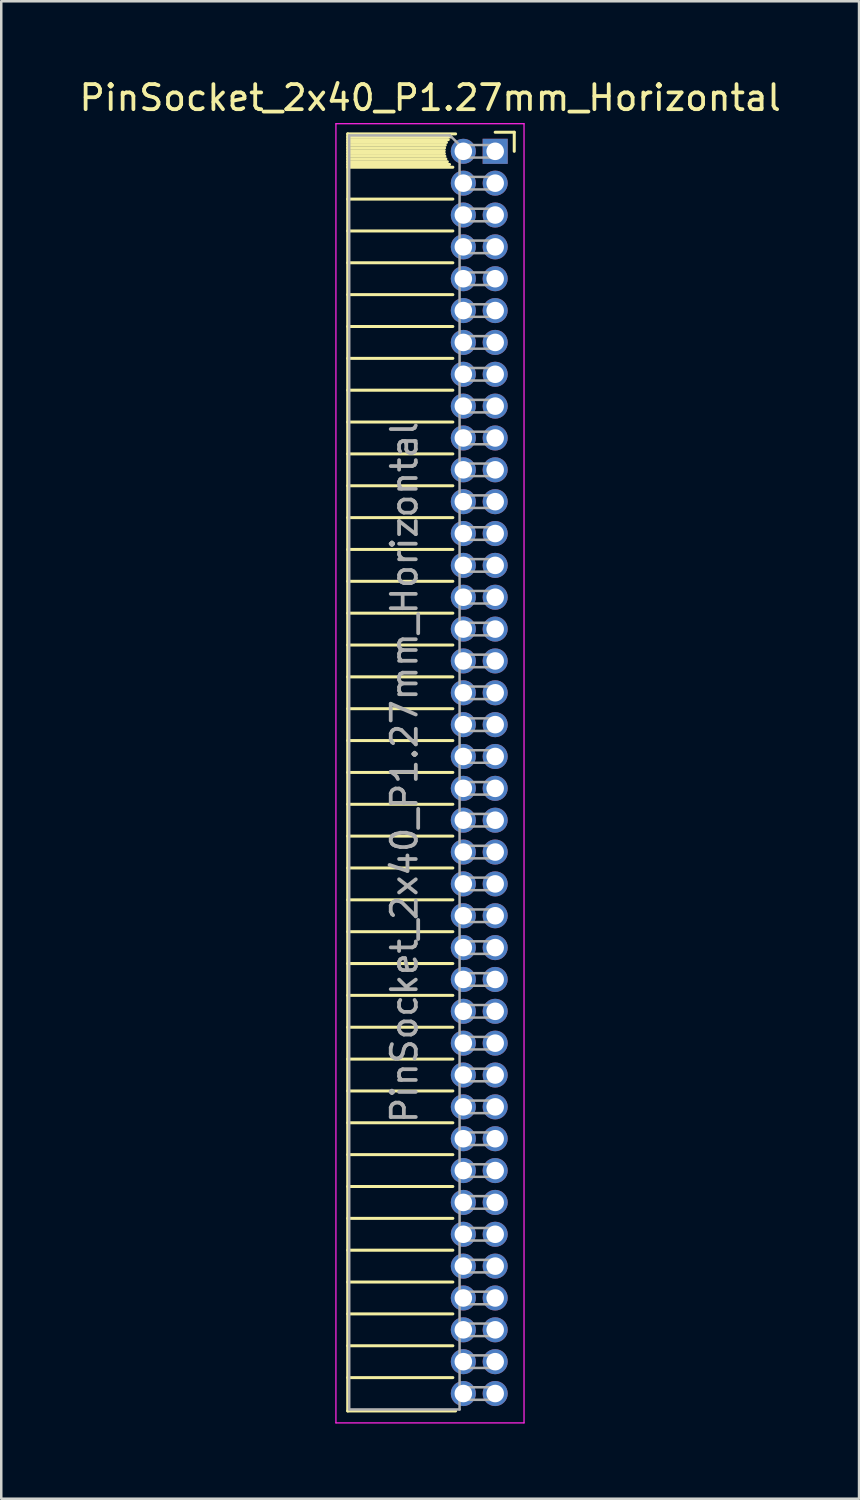
<source format=kicad_pcb>
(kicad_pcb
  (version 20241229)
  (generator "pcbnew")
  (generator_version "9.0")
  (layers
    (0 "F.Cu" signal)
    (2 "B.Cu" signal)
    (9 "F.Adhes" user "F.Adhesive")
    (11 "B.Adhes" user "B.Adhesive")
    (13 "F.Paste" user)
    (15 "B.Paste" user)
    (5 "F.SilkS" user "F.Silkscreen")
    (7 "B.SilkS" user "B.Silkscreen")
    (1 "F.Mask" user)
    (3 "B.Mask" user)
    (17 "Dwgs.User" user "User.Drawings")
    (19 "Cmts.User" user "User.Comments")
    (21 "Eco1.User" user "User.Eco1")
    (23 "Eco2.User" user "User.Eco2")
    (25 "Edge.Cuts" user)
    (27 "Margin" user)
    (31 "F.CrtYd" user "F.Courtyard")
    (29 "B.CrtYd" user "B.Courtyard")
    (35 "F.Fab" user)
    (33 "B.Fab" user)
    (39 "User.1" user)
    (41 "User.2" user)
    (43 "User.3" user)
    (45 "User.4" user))
  (footprint "PinSocket_2x40_P1.27mm_Horizontal"
    (layer "F.Cu")
    (at 16.694 2.983)
    (property "Reference" "PinSocket_2x40_P1.27mm_Horizontal" (at -2.592 -2.135 0) (layer "F.SilkS") (effects (font (size 1 1) (thickness 0.15))))
    (attr through_hole)
    (fp_line (start -5.88 -0.695) (end -5.88 50.225) (stroke (width 0.12) (type solid)) (layer "F.SilkS"))
    (fp_line (start -5.88 -0.695) (end -1.578 -0.695) (stroke (width 0.12) (type solid)) (layer "F.SilkS"))
    (fp_line (start -5.88 -0.575) (end -1.767 -0.575) (stroke (width 0.12) (type solid)) (layer "F.SilkS"))
    (fp_line (start -5.88 -0.465) (end -1.871 -0.465) (stroke (width 0.12) (type solid)) (layer "F.SilkS"))
    (fp_line (start -5.88 -0.355) (end -1.942 -0.355) (stroke (width 0.12) (type solid)) (layer "F.SilkS"))
    (fp_line (start -5.88 -0.245) (end -1.989 -0.245) (stroke (width 0.12) (type solid)) (layer "F.SilkS"))
    (fp_line (start -5.88 -0.135) (end -2.018 -0.135) (stroke (width 0.12) (type solid)) (layer "F.SilkS"))
    (fp_line (start -5.88 -0.025) (end -2.03 -0.025) (stroke (width 0.12) (type solid)) (layer "F.SilkS"))
    (fp_line (start -5.88 0.085) (end -2.025 0.085) (stroke (width 0.12) (type solid)) (layer "F.SilkS"))
    (fp_line (start -5.88 0.195) (end -2.005 0.195) (stroke (width 0.12) (type solid)) (layer "F.SilkS"))
    (fp_line (start -5.88 0.305) (end -1.966 0.305) (stroke (width 0.12) (type solid)) (layer "F.SilkS"))
    (fp_line (start -5.88 0.415) (end -1.907 0.415) (stroke (width 0.12) (type solid)) (layer "F.SilkS"))
    (fp_line (start -5.88 0.525) (end -1.82 0.525) (stroke (width 0.12) (type solid)) (layer "F.SilkS"))
    (fp_line (start -5.88 0.635) (end -1.688 0.635) (stroke (width 0.12) (type solid)) (layer "F.SilkS"))
    (fp_line (start -5.88 1.905) (end -1.688 1.905) (stroke (width 0.12) (type solid)) (layer "F.SilkS"))
    (fp_line (start -5.88 3.175) (end -1.688 3.175) (stroke (width 0.12) (type solid)) (layer "F.SilkS"))
    (fp_line (start -5.88 4.445) (end -1.688 4.445) (stroke (width 0.12) (type solid)) (layer "F.SilkS"))
    (fp_line (start -5.88 5.715) (end -1.688 5.715) (stroke (width 0.12) (type solid)) (layer "F.SilkS"))
    (fp_line (start -5.88 6.985) (end -1.688 6.985) (stroke (width 0.12) (type solid)) (layer "F.SilkS"))
    (fp_line (start -5.88 8.255) (end -1.688 8.255) (stroke (width 0.12) (type solid)) (layer "F.SilkS"))
    (fp_line (start -5.88 9.525) (end -1.688 9.525) (stroke (width 0.12) (type solid)) (layer "F.SilkS"))
    (fp_line (start -5.88 10.795) (end -1.688 10.795) (stroke (width 0.12) (type solid)) (layer "F.SilkS"))
    (fp_line (start -5.88 12.065) (end -1.688 12.065) (stroke (width 0.12) (type solid)) (layer "F.SilkS"))
    (fp_line (start -5.88 13.335) (end -1.688 13.335) (stroke (width 0.12) (type solid)) (layer "F.SilkS"))
    (fp_line (start -5.88 14.605) (end -1.688 14.605) (stroke (width 0.12) (type solid)) (layer "F.SilkS"))
    (fp_line (start -5.88 15.875) (end -1.688 15.875) (stroke (width 0.12) (type solid)) (layer "F.SilkS"))
    (fp_line (start -5.88 17.145) (end -1.688 17.145) (stroke (width 0.12) (type solid)) (layer "F.SilkS"))
    (fp_line (start -5.88 18.415) (end -1.688 18.415) (stroke (width 0.12) (type solid)) (layer "F.SilkS"))
    (fp_line (start -5.88 19.685) (end -1.688 19.685) (stroke (width 0.12) (type solid)) (layer "F.SilkS"))
    (fp_line (start -5.88 20.955) (end -1.688 20.955) (stroke (width 0.12) (type solid)) (layer "F.SilkS"))
    (fp_line (start -5.88 22.225) (end -1.688 22.225) (stroke (width 0.12) (type solid)) (layer "F.SilkS"))
    (fp_line (start -5.88 23.495) (end -1.688 23.495) (stroke (width 0.12) (type solid)) (layer "F.SilkS"))
    (fp_line (start -5.88 24.765) (end -1.688 24.765) (stroke (width 0.12) (type solid)) (layer "F.SilkS"))
    (fp_line (start -5.88 26.035) (end -1.688 26.035) (stroke (width 0.12) (type solid)) (layer "F.SilkS"))
    (fp_line (start -5.88 27.305) (end -1.688 27.305) (stroke (width 0.12) (type solid)) (layer "F.SilkS"))
    (fp_line (start -5.88 28.575) (end -1.688 28.575) (stroke (width 0.12) (type solid)) (layer "F.SilkS"))
    (fp_line (start -5.88 29.845) (end -1.688 29.845) (stroke (width 0.12) (type solid)) (layer "F.SilkS"))
    (fp_line (start -5.88 31.115) (end -1.688 31.115) (stroke (width 0.12) (type solid)) (layer "F.SilkS"))
    (fp_line (start -5.88 32.385) (end -1.688 32.385) (stroke (width 0.12) (type solid)) (layer "F.SilkS"))
    (fp_line (start -5.88 33.655) (end -1.688 33.655) (stroke (width 0.12) (type solid)) (layer "F.SilkS"))
    (fp_line (start -5.88 34.925) (end -1.688 34.925) (stroke (width 0.12) (type solid)) (layer "F.SilkS"))
    (fp_line (start -5.88 36.195) (end -1.688 36.195) (stroke (width 0.12) (type solid)) (layer "F.SilkS"))
    (fp_line (start -5.88 37.465) (end -1.688 37.465) (stroke (width 0.12) (type solid)) (layer "F.SilkS"))
    (fp_line (start -5.88 38.735) (end -1.688 38.735) (stroke (width 0.12) (type solid)) (layer "F.SilkS"))
    (fp_line (start -5.88 40.005) (end -1.688 40.005) (stroke (width 0.12) (type solid)) (layer "F.SilkS"))
    (fp_line (start -5.88 41.275) (end -1.688 41.275) (stroke (width 0.12) (type solid)) (layer "F.SilkS"))
    (fp_line (start -5.88 42.545) (end -1.688 42.545) (stroke (width 0.12) (type solid)) (layer "F.SilkS"))
    (fp_line (start -5.88 43.815) (end -1.688 43.815) (stroke (width 0.12) (type solid)) (layer "F.SilkS"))
    (fp_line (start -5.88 45.085) (end -1.688 45.085) (stroke (width 0.12) (type solid)) (layer "F.SilkS"))
    (fp_line (start -5.88 46.355) (end -1.688 46.355) (stroke (width 0.12) (type solid)) (layer "F.SilkS"))
    (fp_line (start -5.88 47.625) (end -1.688 47.625) (stroke (width 0.12) (type solid)) (layer "F.SilkS"))
    (fp_line (start -5.88 48.895) (end -1.688 48.895) (stroke (width 0.12) (type solid)) (layer "F.SilkS"))
    (fp_line (start -5.88 50.225) (end -1.578 50.225) (stroke (width 0.12) (type solid)) (layer "F.SilkS"))
    (fp_line (start 0 -0.76) (end 0.76 -0.76) (stroke (width 0.12) (type solid)) (layer "F.SilkS"))
    (fp_line (start 0.76 -0.76) (end 0.76 0) (stroke (width 0.12) (type solid)) (layer "F.SilkS"))
    (fp_line (start -6.35 -1.1) (end -6.35 50.7) (stroke (width 0.05) (type solid)) (layer "F.CrtYd"))
    (fp_line (start -6.35 50.7) (end 1.15 50.7) (stroke (width 0.05) (type solid)) (layer "F.CrtYd"))
    (fp_line (start 1.15 -1.1) (end -6.35 -1.1) (stroke (width 0.05) (type solid)) (layer "F.CrtYd"))
    (fp_line (start 1.15 50.7) (end 1.15 -1.1) (stroke (width 0.05) (type solid)) (layer "F.CrtYd"))
    (fp_line (start -5.82 -0.635) (end -1.805 -0.635) (stroke (width 0.1) (type solid)) (layer "F.Fab"))
    (fp_line (start -5.82 50.165) (end -5.82 -0.635) (stroke (width 0.1) (type solid)) (layer "F.Fab"))
    (fp_line (start -1.805 -0.635) (end -1.42 -0.25) (stroke (width 0.1) (type solid)) (layer "F.Fab"))
    (fp_line (start -1.42 -0.25) (end -1.42 50.165) (stroke (width 0.1) (type solid)) (layer "F.Fab"))
    (fp_line (start -1.42 0.25) (end 0 0.25) (stroke (width 0.1) (type solid)) (layer "F.Fab"))
    (fp_line (start -1.42 1.52) (end 0 1.52) (stroke (width 0.1) (type solid)) (layer "F.Fab"))
    (fp_line (start -1.42 2.79) (end 0 2.79) (stroke (width 0.1) (type solid)) (layer "F.Fab"))
    (fp_line (start -1.42 4.06) (end 0 4.06) (stroke (width 0.1) (type solid)) (layer "F.Fab"))
    (fp_line (start -1.42 5.33) (end 0 5.33) (stroke (width 0.1) (type solid)) (layer "F.Fab"))
    (fp_line (start -1.42 6.6) (end 0 6.6) (stroke (width 0.1) (type solid)) (layer "F.Fab"))
    (fp_line (start -1.42 7.87) (end 0 7.87) (stroke (width 0.1) (type solid)) (layer "F.Fab"))
    (fp_line (start -1.42 9.14) (end 0 9.14) (stroke (width 0.1) (type solid)) (layer "F.Fab"))
    (fp_line (start -1.42 10.41) (end 0 10.41) (stroke (width 0.1) (type solid)) (layer "F.Fab"))
    (fp_line (start -1.42 11.68) (end 0 11.68) (stroke (width 0.1) (type solid)) (layer "F.Fab"))
    (fp_line (start -1.42 12.95) (end 0 12.95) (stroke (width 0.1) (type solid)) (layer "F.Fab"))
    (fp_line (start -1.42 14.22) (end 0 14.22) (stroke (width 0.1) (type solid)) (layer "F.Fab"))
    (fp_line (start -1.42 15.49) (end 0 15.49) (stroke (width 0.1) (type solid)) (layer "F.Fab"))
    (fp_line (start -1.42 16.76) (end 0 16.76) (stroke (width 0.1) (type solid)) (layer "F.Fab"))
    (fp_line (start -1.42 18.03) (end 0 18.03) (stroke (width 0.1) (type solid)) (layer "F.Fab"))
    (fp_line (start -1.42 19.3) (end 0 19.3) (stroke (width 0.1) (type solid)) (layer "F.Fab"))
    (fp_line (start -1.42 20.57) (end 0 20.57) (stroke (width 0.1) (type solid)) (layer "F.Fab"))
    (fp_line (start -1.42 21.84) (end 0 21.84) (stroke (width 0.1) (type solid)) (layer "F.Fab"))
    (fp_line (start -1.42 23.11) (end 0 23.11) (stroke (width 0.1) (type solid)) (layer "F.Fab"))
    (fp_line (start -1.42 24.38) (end 0 24.38) (stroke (width 0.1) (type solid)) (layer "F.Fab"))
    (fp_line (start -1.42 25.65) (end 0 25.65) (stroke (width 0.1) (type solid)) (layer "F.Fab"))
    (fp_line (start -1.42 26.92) (end 0 26.92) (stroke (width 0.1) (type solid)) (layer "F.Fab"))
    (fp_line (start -1.42 28.19) (end 0 28.19) (stroke (width 0.1) (type solid)) (layer "F.Fab"))
    (fp_line (start -1.42 29.46) (end 0 29.46) (stroke (width 0.1) (type solid)) (layer "F.Fab"))
    (fp_line (start -1.42 30.73) (end 0 30.73) (stroke (width 0.1) (type solid)) (layer "F.Fab"))
    (fp_line (start -1.42 32) (end 0 32) (stroke (width 0.1) (type solid)) (layer "F.Fab"))
    (fp_line (start -1.42 33.27) (end 0 33.27) (stroke (width 0.1) (type solid)) (layer "F.Fab"))
    (fp_line (start -1.42 34.54) (end 0 34.54) (stroke (width 0.1) (type solid)) (layer "F.Fab"))
    (fp_line (start -1.42 35.81) (end 0 35.81) (stroke (width 0.1) (type solid)) (layer "F.Fab"))
    (fp_line (start -1.42 37.08) (end 0 37.08) (stroke (width 0.1) (type solid)) (layer "F.Fab"))
    (fp_line (start -1.42 38.35) (end 0 38.35) (stroke (width 0.1) (type solid)) (layer "F.Fab"))
    (fp_line (start -1.42 39.62) (end 0 39.62) (stroke (width 0.1) (type solid)) (layer "F.Fab"))
    (fp_line (start -1.42 40.89) (end 0 40.89) (stroke (width 0.1) (type solid)) (layer "F.Fab"))
    (fp_line (start -1.42 42.16) (end 0 42.16) (stroke (width 0.1) (type solid)) (layer "F.Fab"))
    (fp_line (start -1.42 43.43) (end 0 43.43) (stroke (width 0.1) (type solid)) (layer "F.Fab"))
    (fp_line (start -1.42 44.7) (end 0 44.7) (stroke (width 0.1) (type solid)) (layer "F.Fab"))
    (fp_line (start -1.42 45.97) (end 0 45.97) (stroke (width 0.1) (type solid)) (layer "F.Fab"))
    (fp_line (start -1.42 47.24) (end 0 47.24) (stroke (width 0.1) (type solid)) (layer "F.Fab"))
    (fp_line (start -1.42 48.51) (end 0 48.51) (stroke (width 0.1) (type solid)) (layer "F.Fab"))
    (fp_line (start -1.42 49.78) (end 0 49.78) (stroke (width 0.1) (type solid)) (layer "F.Fab"))
    (fp_line (start -1.42 50.165) (end -5.82 50.165) (stroke (width 0.1) (type solid)) (layer "F.Fab"))
    (fp_line (start 0 -0.25) (end -1.42 -0.25) (stroke (width 0.1) (type solid)) (layer "F.Fab"))
    (fp_line (start 0 0.25) (end 0 -0.25) (stroke (width 0.1) (type solid)) (layer "F.Fab"))
    (fp_line (start 0 1.02) (end -1.42 1.02) (stroke (width 0.1) (type solid)) (layer "F.Fab"))
    (fp_line (start 0 1.52) (end 0 1.02) (stroke (width 0.1) (type solid)) (layer "F.Fab"))
    (fp_line (start 0 2.29) (end -1.42 2.29) (stroke (width 0.1) (type solid)) (layer "F.Fab"))
    (fp_line (start 0 2.79) (end 0 2.29) (stroke (width 0.1) (type solid)) (layer "F.Fab"))
    (fp_line (start 0 3.56) (end -1.42 3.56) (stroke (width 0.1) (type solid)) (layer "F.Fab"))
    (fp_line (start 0 4.06) (end 0 3.56) (stroke (width 0.1) (type solid)) (layer "F.Fab"))
    (fp_line (start 0 4.83) (end -1.42 4.83) (stroke (width 0.1) (type solid)) (layer "F.Fab"))
    (fp_line (start 0 5.33) (end 0 4.83) (stroke (width 0.1) (type solid)) (layer "F.Fab"))
    (fp_line (start 0 6.1) (end -1.42 6.1) (stroke (width 0.1) (type solid)) (layer "F.Fab"))
    (fp_line (start 0 6.6) (end 0 6.1) (stroke (width 0.1) (type solid)) (layer "F.Fab"))
    (fp_line (start 0 7.37) (end -1.42 7.37) (stroke (width 0.1) (type solid)) (layer "F.Fab"))
    (fp_line (start 0 7.87) (end 0 7.37) (stroke (width 0.1) (type solid)) (layer "F.Fab"))
    (fp_line (start 0 8.64) (end -1.42 8.64) (stroke (width 0.1) (type solid)) (layer "F.Fab"))
    (fp_line (start 0 9.14) (end 0 8.64) (stroke (width 0.1) (type solid)) (layer "F.Fab"))
    (fp_line (start 0 9.91) (end -1.42 9.91) (stroke (width 0.1) (type solid)) (layer "F.Fab"))
    (fp_line (start 0 10.41) (end 0 9.91) (stroke (width 0.1) (type solid)) (layer "F.Fab"))
    (fp_line (start 0 11.18) (end -1.42 11.18) (stroke (width 0.1) (type solid)) (layer "F.Fab"))
    (fp_line (start 0 11.68) (end 0 11.18) (stroke (width 0.1) (type solid)) (layer "F.Fab"))
    (fp_line (start 0 12.45) (end -1.42 12.45) (stroke (width 0.1) (type solid)) (layer "F.Fab"))
    (fp_line (start 0 12.95) (end 0 12.45) (stroke (width 0.1) (type solid)) (layer "F.Fab"))
    (fp_line (start 0 13.72) (end -1.42 13.72) (stroke (width 0.1) (type solid)) (layer "F.Fab"))
    (fp_line (start 0 14.22) (end 0 13.72) (stroke (width 0.1) (type solid)) (layer "F.Fab"))
    (fp_line (start 0 14.99) (end -1.42 14.99) (stroke (width 0.1) (type solid)) (layer "F.Fab"))
    (fp_line (start 0 15.49) (end 0 14.99) (stroke (width 0.1) (type solid)) (layer "F.Fab"))
    (fp_line (start 0 16.26) (end -1.42 16.26) (stroke (width 0.1) (type solid)) (layer "F.Fab"))
    (fp_line (start 0 16.76) (end 0 16.26) (stroke (width 0.1) (type solid)) (layer "F.Fab"))
    (fp_line (start 0 17.53) (end -1.42 17.53) (stroke (width 0.1) (type solid)) (layer "F.Fab"))
    (fp_line (start 0 18.03) (end 0 17.53) (stroke (width 0.1) (type solid)) (layer "F.Fab"))
    (fp_line (start 0 18.8) (end -1.42 18.8) (stroke (width 0.1) (type solid)) (layer "F.Fab"))
    (fp_line (start 0 19.3) (end 0 18.8) (stroke (width 0.1) (type solid)) (layer "F.Fab"))
    (fp_line (start 0 20.07) (end -1.42 20.07) (stroke (width 0.1) (type solid)) (layer "F.Fab"))
    (fp_line (start 0 20.57) (end 0 20.07) (stroke (width 0.1) (type solid)) (layer "F.Fab"))
    (fp_line (start 0 21.34) (end -1.42 21.34) (stroke (width 0.1) (type solid)) (layer "F.Fab"))
    (fp_line (start 0 21.84) (end 0 21.34) (stroke (width 0.1) (type solid)) (layer "F.Fab"))
    (fp_line (start 0 22.61) (end -1.42 22.61) (stroke (width 0.1) (type solid)) (layer "F.Fab"))
    (fp_line (start 0 23.11) (end 0 22.61) (stroke (width 0.1) (type solid)) (layer "F.Fab"))
    (fp_line (start 0 23.88) (end -1.42 23.88) (stroke (width 0.1) (type solid)) (layer "F.Fab"))
    (fp_line (start 0 24.38) (end 0 23.88) (stroke (width 0.1) (type solid)) (layer "F.Fab"))
    (fp_line (start 0 25.15) (end -1.42 25.15) (stroke (width 0.1) (type solid)) (layer "F.Fab"))
    (fp_line (start 0 25.65) (end 0 25.15) (stroke (width 0.1) (type solid)) (layer "F.Fab"))
    (fp_line (start 0 26.42) (end -1.42 26.42) (stroke (width 0.1) (type solid)) (layer "F.Fab"))
    (fp_line (start 0 26.92) (end 0 26.42) (stroke (width 0.1) (type solid)) (layer "F.Fab"))
    (fp_line (start 0 27.69) (end -1.42 27.69) (stroke (width 0.1) (type solid)) (layer "F.Fab"))
    (fp_line (start 0 28.19) (end 0 27.69) (stroke (width 0.1) (type solid)) (layer "F.Fab"))
    (fp_line (start 0 28.96) (end -1.42 28.96) (stroke (width 0.1) (type solid)) (layer "F.Fab"))
    (fp_line (start 0 29.46) (end 0 28.96) (stroke (width 0.1) (type solid)) (layer "F.Fab"))
    (fp_line (start 0 30.23) (end -1.42 30.23) (stroke (width 0.1) (type solid)) (layer "F.Fab"))
    (fp_line (start 0 30.73) (end 0 30.23) (stroke (width 0.1) (type solid)) (layer "F.Fab"))
    (fp_line (start 0 31.5) (end -1.42 31.5) (stroke (width 0.1) (type solid)) (layer "F.Fab"))
    (fp_line (start 0 32) (end 0 31.5) (stroke (width 0.1) (type solid)) (layer "F.Fab"))
    (fp_line (start 0 32.77) (end -1.42 32.77) (stroke (width 0.1) (type solid)) (layer "F.Fab"))
    (fp_line (start 0 33.27) (end 0 32.77) (stroke (width 0.1) (type solid)) (layer "F.Fab"))
    (fp_line (start 0 34.04) (end -1.42 34.04) (stroke (width 0.1) (type solid)) (layer "F.Fab"))
    (fp_line (start 0 34.54) (end 0 34.04) (stroke (width 0.1) (type solid)) (layer "F.Fab"))
    (fp_line (start 0 35.31) (end -1.42 35.31) (stroke (width 0.1) (type solid)) (layer "F.Fab"))
    (fp_line (start 0 35.81) (end 0 35.31) (stroke (width 0.1) (type solid)) (layer "F.Fab"))
    (fp_line (start 0 36.58) (end -1.42 36.58) (stroke (width 0.1) (type solid)) (layer "F.Fab"))
    (fp_line (start 0 37.08) (end 0 36.58) (stroke (width 0.1) (type solid)) (layer "F.Fab"))
    (fp_line (start 0 37.85) (end -1.42 37.85) (stroke (width 0.1) (type solid)) (layer "F.Fab"))
    (fp_line (start 0 38.35) (end 0 37.85) (stroke (width 0.1) (type solid)) (layer "F.Fab"))
    (fp_line (start 0 39.12) (end -1.42 39.12) (stroke (width 0.1) (type solid)) (layer "F.Fab"))
    (fp_line (start 0 39.62) (end 0 39.12) (stroke (width 0.1) (type solid)) (layer "F.Fab"))
    (fp_line (start 0 40.39) (end -1.42 40.39) (stroke (width 0.1) (type solid)) (layer "F.Fab"))
    (fp_line (start 0 40.89) (end 0 40.39) (stroke (width 0.1) (type solid)) (layer "F.Fab"))
    (fp_line (start 0 41.66) (end -1.42 41.66) (stroke (width 0.1) (type solid)) (layer "F.Fab"))
    (fp_line (start 0 42.16) (end 0 41.66) (stroke (width 0.1) (type solid)) (layer "F.Fab"))
    (fp_line (start 0 42.93) (end -1.42 42.93) (stroke (width 0.1) (type solid)) (layer "F.Fab"))
    (fp_line (start 0 43.43) (end 0 42.93) (stroke (width 0.1) (type solid)) (layer "F.Fab"))
    (fp_line (start 0 44.2) (end -1.42 44.2) (stroke (width 0.1) (type solid)) (layer "F.Fab"))
    (fp_line (start 0 44.7) (end 0 44.2) (stroke (width 0.1) (type solid)) (layer "F.Fab"))
    (fp_line (start 0 45.47) (end -1.42 45.47) (stroke (width 0.1) (type solid)) (layer "F.Fab"))
    (fp_line (start 0 45.97) (end 0 45.47) (stroke (width 0.1) (type solid)) (layer "F.Fab"))
    (fp_line (start 0 46.74) (end -1.42 46.74) (stroke (width 0.1) (type solid)) (layer "F.Fab"))
    (fp_line (start 0 47.24) (end 0 46.74) (stroke (width 0.1) (type solid)) (layer "F.Fab"))
    (fp_line (start 0 48.01) (end -1.42 48.01) (stroke (width 0.1) (type solid)) (layer "F.Fab"))
    (fp_line (start 0 48.51) (end 0 48.01) (stroke (width 0.1) (type solid)) (layer "F.Fab"))
    (fp_line (start 0 49.28) (end -1.42 49.28) (stroke (width 0.1) (type solid)) (layer "F.Fab"))
    (fp_line (start 0 49.78) (end 0 49.28) (stroke (width 0.1) (type solid)) (layer "F.Fab"))
    (fp_text user "${REFERENCE}" (at -3.62 24.765 90) (layer "F.Fab") (effects (font (size 1 1) (thickness 0.15))))
    (pad "1" thru_hole rect (at 0 0) (size 1 1) (drill 0.7) (layers "*.Cu" "*.Mask"))
    (pad "2" thru_hole oval (at -1.27 0) (size 1 1) (drill 0.7) (layers "*.Cu" "*.Mask"))
    (pad "3" thru_hole oval (at 0 1.27) (size 1 1) (drill 0.7) (layers "*.Cu" "*.Mask"))
    (pad "4" thru_hole oval (at -1.27 1.27) (size 1 1) (drill 0.7) (layers "*.Cu" "*.Mask"))
    (pad "5" thru_hole oval (at 0 2.54) (size 1 1) (drill 0.7) (layers "*.Cu" "*.Mask"))
    (pad "6" thru_hole oval (at -1.27 2.54) (size 1 1) (drill 0.7) (layers "*.Cu" "*.Mask"))
    (pad "7" thru_hole oval (at 0 3.81) (size 1 1) (drill 0.7) (layers "*.Cu" "*.Mask"))
    (pad "8" thru_hole oval (at -1.27 3.81) (size 1 1) (drill 0.7) (layers "*.Cu" "*.Mask"))
    (pad "9" thru_hole oval (at 0 5.08) (size 1 1) (drill 0.7) (layers "*.Cu" "*.Mask"))
    (pad "10" thru_hole oval (at -1.27 5.08) (size 1 1) (drill 0.7) (layers "*.Cu" "*.Mask"))
    (pad "11" thru_hole oval (at 0 6.35) (size 1 1) (drill 0.7) (layers "*.Cu" "*.Mask"))
    (pad "12" thru_hole oval (at -1.27 6.35) (size 1 1) (drill 0.7) (layers "*.Cu" "*.Mask"))
    (pad "13" thru_hole oval (at 0 7.62) (size 1 1) (drill 0.7) (layers "*.Cu" "*.Mask"))
    (pad "14" thru_hole oval (at -1.27 7.62) (size 1 1) (drill 0.7) (layers "*.Cu" "*.Mask"))
    (pad "15" thru_hole oval (at 0 8.89) (size 1 1) (drill 0.7) (layers "*.Cu" "*.Mask"))
    (pad "16" thru_hole oval (at -1.27 8.89) (size 1 1) (drill 0.7) (layers "*.Cu" "*.Mask"))
    (pad "17" thru_hole oval (at 0 10.16) (size 1 1) (drill 0.7) (layers "*.Cu" "*.Mask"))
    (pad "18" thru_hole oval (at -1.27 10.16) (size 1 1) (drill 0.7) (layers "*.Cu" "*.Mask"))
    (pad "19" thru_hole oval (at 0 11.43) (size 1 1) (drill 0.7) (layers "*.Cu" "*.Mask"))
    (pad "20" thru_hole oval (at -1.27 11.43) (size 1 1) (drill 0.7) (layers "*.Cu" "*.Mask"))
    (pad "21" thru_hole oval (at 0 12.7) (size 1 1) (drill 0.7) (layers "*.Cu" "*.Mask"))
    (pad "22" thru_hole oval (at -1.27 12.7) (size 1 1) (drill 0.7) (layers "*.Cu" "*.Mask"))
    (pad "23" thru_hole oval (at 0 13.97) (size 1 1) (drill 0.7) (layers "*.Cu" "*.Mask"))
    (pad "24" thru_hole oval (at -1.27 13.97) (size 1 1) (drill 0.7) (layers "*.Cu" "*.Mask"))
    (pad "25" thru_hole oval (at 0 15.24) (size 1 1) (drill 0.7) (layers "*.Cu" "*.Mask"))
    (pad "26" thru_hole oval (at -1.27 15.24) (size 1 1) (drill 0.7) (layers "*.Cu" "*.Mask"))
    (pad "27" thru_hole oval (at 0 16.51) (size 1 1) (drill 0.7) (layers "*.Cu" "*.Mask"))
    (pad "28" thru_hole oval (at -1.27 16.51) (size 1 1) (drill 0.7) (layers "*.Cu" "*.Mask"))
    (pad "29" thru_hole oval (at 0 17.78) (size 1 1) (drill 0.7) (layers "*.Cu" "*.Mask"))
    (pad "30" thru_hole oval (at -1.27 17.78) (size 1 1) (drill 0.7) (layers "*.Cu" "*.Mask"))
    (pad "31" thru_hole oval (at 0 19.05) (size 1 1) (drill 0.7) (layers "*.Cu" "*.Mask"))
    (pad "32" thru_hole oval (at -1.27 19.05) (size 1 1) (drill 0.7) (layers "*.Cu" "*.Mask"))
    (pad "33" thru_hole oval (at 0 20.32) (size 1 1) (drill 0.7) (layers "*.Cu" "*.Mask"))
    (pad "34" thru_hole oval (at -1.27 20.32) (size 1 1) (drill 0.7) (layers "*.Cu" "*.Mask"))
    (pad "35" thru_hole oval (at 0 21.59) (size 1 1) (drill 0.7) (layers "*.Cu" "*.Mask"))
    (pad "36" thru_hole oval (at -1.27 21.59) (size 1 1) (drill 0.7) (layers "*.Cu" "*.Mask"))
    (pad "37" thru_hole oval (at 0 22.86) (size 1 1) (drill 0.7) (layers "*.Cu" "*.Mask"))
    (pad "38" thru_hole oval (at -1.27 22.86) (size 1 1) (drill 0.7) (layers "*.Cu" "*.Mask"))
    (pad "39" thru_hole oval (at 0 24.13) (size 1 1) (drill 0.7) (layers "*.Cu" "*.Mask"))
    (pad "40" thru_hole oval (at -1.27 24.13) (size 1 1) (drill 0.7) (layers "*.Cu" "*.Mask"))
    (pad "41" thru_hole oval (at 0 25.4) (size 1 1) (drill 0.7) (layers "*.Cu" "*.Mask"))
    (pad "42" thru_hole oval (at -1.27 25.4) (size 1 1) (drill 0.7) (layers "*.Cu" "*.Mask"))
    (pad "43" thru_hole oval (at 0 26.67) (size 1 1) (drill 0.7) (layers "*.Cu" "*.Mask"))
    (pad "44" thru_hole oval (at -1.27 26.67) (size 1 1) (drill 0.7) (layers "*.Cu" "*.Mask"))
    (pad "45" thru_hole oval (at 0 27.94) (size 1 1) (drill 0.7) (layers "*.Cu" "*.Mask"))
    (pad "46" thru_hole oval (at -1.27 27.94) (size 1 1) (drill 0.7) (layers "*.Cu" "*.Mask"))
    (pad "47" thru_hole oval (at 0 29.21) (size 1 1) (drill 0.7) (layers "*.Cu" "*.Mask"))
    (pad "48" thru_hole oval (at -1.27 29.21) (size 1 1) (drill 0.7) (layers "*.Cu" "*.Mask"))
    (pad "49" thru_hole oval (at 0 30.48) (size 1 1) (drill 0.7) (layers "*.Cu" "*.Mask"))
    (pad "50" thru_hole oval (at -1.27 30.48) (size 1 1) (drill 0.7) (layers "*.Cu" "*.Mask"))
    (pad "51" thru_hole oval (at 0 31.75) (size 1 1) (drill 0.7) (layers "*.Cu" "*.Mask"))
    (pad "52" thru_hole oval (at -1.27 31.75) (size 1 1) (drill 0.7) (layers "*.Cu" "*.Mask"))
    (pad "53" thru_hole oval (at 0 33.02) (size 1 1) (drill 0.7) (layers "*.Cu" "*.Mask"))
    (pad "54" thru_hole oval (at -1.27 33.02) (size 1 1) (drill 0.7) (layers "*.Cu" "*.Mask"))
    (pad "55" thru_hole oval (at 0 34.29) (size 1 1) (drill 0.7) (layers "*.Cu" "*.Mask"))
    (pad "56" thru_hole oval (at -1.27 34.29) (size 1 1) (drill 0.7) (layers "*.Cu" "*.Mask"))
    (pad "57" thru_hole oval (at 0 35.56) (size 1 1) (drill 0.7) (layers "*.Cu" "*.Mask"))
    (pad "58" thru_hole oval (at -1.27 35.56) (size 1 1) (drill 0.7) (layers "*.Cu" "*.Mask"))
    (pad "59" thru_hole oval (at 0 36.83) (size 1 1) (drill 0.7) (layers "*.Cu" "*.Mask"))
    (pad "60" thru_hole oval (at -1.27 36.83) (size 1 1) (drill 0.7) (layers "*.Cu" "*.Mask"))
    (pad "61" thru_hole oval (at 0 38.1) (size 1 1) (drill 0.7) (layers "*.Cu" "*.Mask"))
    (pad "62" thru_hole oval (at -1.27 38.1) (size 1 1) (drill 0.7) (layers "*.Cu" "*.Mask"))
    (pad "63" thru_hole oval (at 0 39.37) (size 1 1) (drill 0.7) (layers "*.Cu" "*.Mask"))
    (pad "64" thru_hole oval (at -1.27 39.37) (size 1 1) (drill 0.7) (layers "*.Cu" "*.Mask"))
    (pad "65" thru_hole oval (at 0 40.64) (size 1 1) (drill 0.7) (layers "*.Cu" "*.Mask"))
    (pad "66" thru_hole oval (at -1.27 40.64) (size 1 1) (drill 0.7) (layers "*.Cu" "*.Mask"))
    (pad "67" thru_hole oval (at 0 41.91) (size 1 1) (drill 0.7) (layers "*.Cu" "*.Mask"))
    (pad "68" thru_hole oval (at -1.27 41.91) (size 1 1) (drill 0.7) (layers "*.Cu" "*.Mask"))
    (pad "69" thru_hole oval (at 0 43.18) (size 1 1) (drill 0.7) (layers "*.Cu" "*.Mask"))
    (pad "70" thru_hole oval (at -1.27 43.18) (size 1 1) (drill 0.7) (layers "*.Cu" "*.Mask"))
    (pad "71" thru_hole oval (at 0 44.45) (size 1 1) (drill 0.7) (layers "*.Cu" "*.Mask"))
    (pad "72" thru_hole oval (at -1.27 44.45) (size 1 1) (drill 0.7) (layers "*.Cu" "*.Mask"))
    (pad "73" thru_hole oval (at 0 45.72) (size 1 1) (drill 0.7) (layers "*.Cu" "*.Mask"))
    (pad "74" thru_hole oval (at -1.27 45.72) (size 1 1) (drill 0.7) (layers "*.Cu" "*.Mask"))
    (pad "75" thru_hole oval (at 0 46.99) (size 1 1) (drill 0.7) (layers "*.Cu" "*.Mask"))
    (pad "76" thru_hole oval (at -1.27 46.99) (size 1 1) (drill 0.7) (layers "*.Cu" "*.Mask"))
    (pad "77" thru_hole oval (at 0 48.26) (size 1 1) (drill 0.7) (layers "*.Cu" "*.Mask"))
    (pad "78" thru_hole oval (at -1.27 48.26) (size 1 1) (drill 0.7) (layers "*.Cu" "*.Mask"))
    (pad "79" thru_hole oval (at 0 49.53) (size 1 1) (drill 0.7) (layers "*.Cu" "*.Mask"))
    (pad "80" thru_hole oval (at -1.27 49.53) (size 1 1) (drill 0.7) (layers "*.Cu" "*.Mask")))
  (gr_rect
    (start -3 -3)
    (end 31.202 56.708)
    (stroke (width 0.1) (type default))
    (fill no)
    (layer "Edge.Cuts")))
</source>
